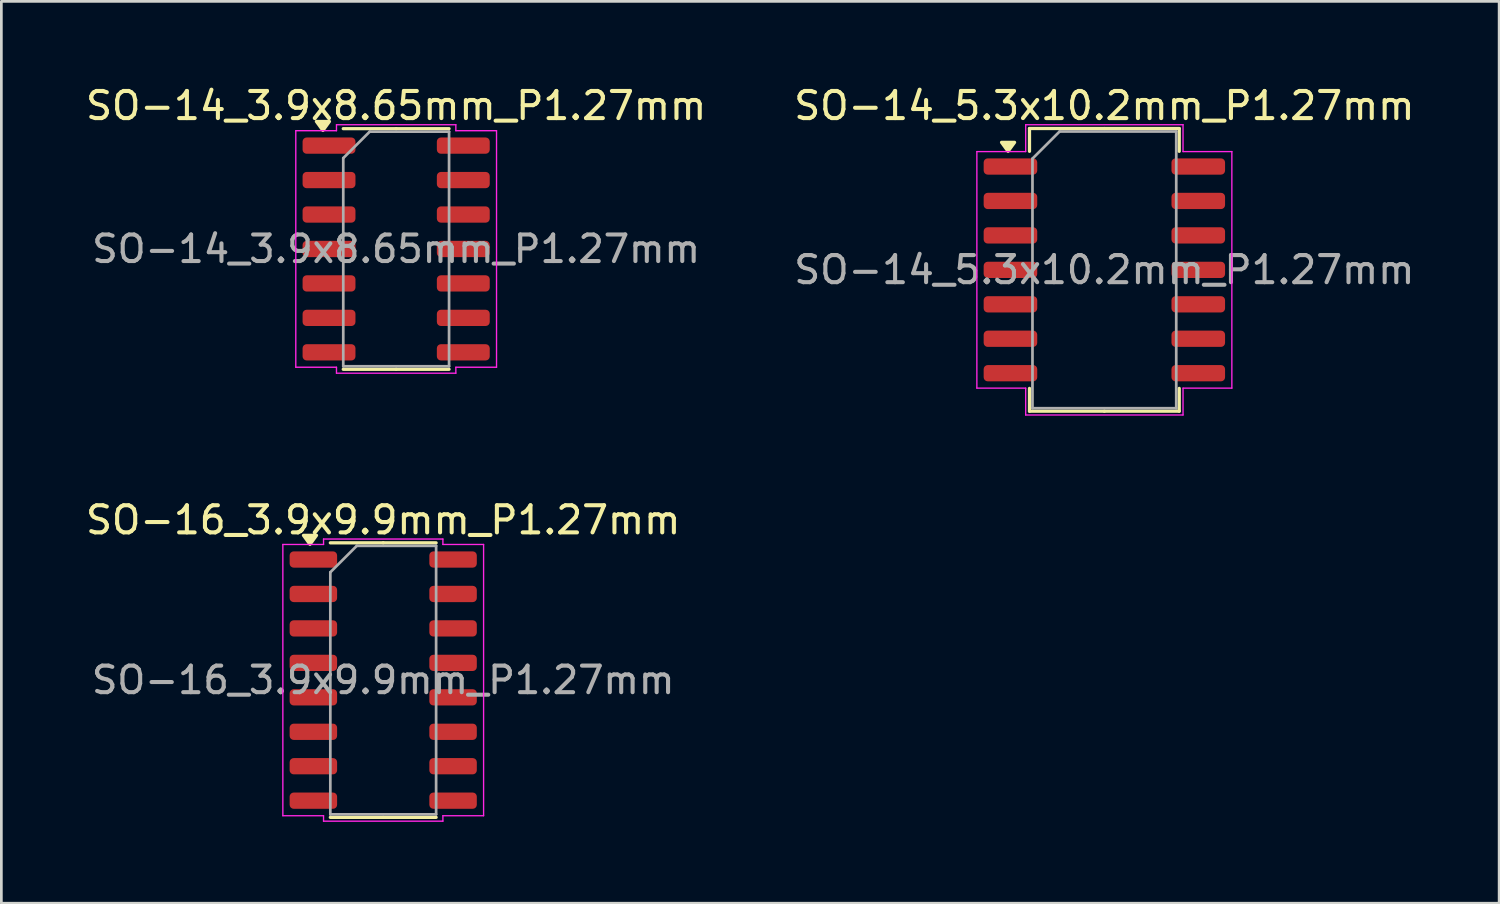
<source format=kicad_pcb>
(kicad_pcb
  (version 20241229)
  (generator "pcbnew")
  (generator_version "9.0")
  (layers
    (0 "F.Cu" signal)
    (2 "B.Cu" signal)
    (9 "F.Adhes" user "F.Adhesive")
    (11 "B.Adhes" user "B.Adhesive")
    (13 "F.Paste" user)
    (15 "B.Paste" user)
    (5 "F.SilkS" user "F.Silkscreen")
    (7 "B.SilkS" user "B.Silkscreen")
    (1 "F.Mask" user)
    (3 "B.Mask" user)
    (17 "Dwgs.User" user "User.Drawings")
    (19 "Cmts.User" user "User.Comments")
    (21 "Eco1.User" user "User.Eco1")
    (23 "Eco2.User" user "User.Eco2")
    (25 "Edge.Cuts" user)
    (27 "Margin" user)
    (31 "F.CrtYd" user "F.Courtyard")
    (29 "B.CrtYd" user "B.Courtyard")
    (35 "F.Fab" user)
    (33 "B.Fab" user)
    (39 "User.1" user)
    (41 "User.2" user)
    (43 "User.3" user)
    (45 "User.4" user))
  (footprint "SO-16_3.9x9.9mm_P1.27mm"
    (layer "F.Cu")
    (at 11.077 22.021)
    (property "Reference" "SO-16_3.9x9.9mm_P1.27mm" (at 0 -5.9 0) (layer "F.SilkS") (effects (font (size 1 1) (thickness 0.15))))
    (attr smd)
    (fp_line (start 0 -5.06) (end -1.95 -5.06) (stroke (width 0.12) (type solid)) (layer "F.SilkS"))
    (fp_line (start 0 -5.06) (end 1.95 -5.06) (stroke (width 0.12) (type solid)) (layer "F.SilkS"))
    (fp_line (start 0 5.06) (end -1.95 5.06) (stroke (width 0.12) (type solid)) (layer "F.SilkS"))
    (fp_line (start 0 5.06) (end 1.95 5.06) (stroke (width 0.12) (type solid)) (layer "F.SilkS"))
    (fp_poly (pts (xy -2.7 -5.005) (xy -2.94 -5.335) (xy -2.46 -5.335)) (stroke (width 0.12) (type solid)) (fill yes) (layer "F.SilkS"))
    (fp_line (start -3.7 -5) (end -2.2 -5) (stroke (width 0.05) (type solid)) (layer "F.CrtYd"))
    (fp_line (start -3.7 5) (end -3.7 -5) (stroke (width 0.05) (type solid)) (layer "F.CrtYd"))
    (fp_line (start -2.2 -5.2) (end 2.2 -5.2) (stroke (width 0.05) (type solid)) (layer "F.CrtYd"))
    (fp_line (start -2.2 -5) (end -2.2 -5.2) (stroke (width 0.05) (type solid)) (layer "F.CrtYd"))
    (fp_line (start -2.2 5) (end -3.7 5) (stroke (width 0.05) (type solid)) (layer "F.CrtYd"))
    (fp_line (start -2.2 5.2) (end -2.2 5) (stroke (width 0.05) (type solid)) (layer "F.CrtYd"))
    (fp_line (start 2.2 -5.2) (end 2.2 -5) (stroke (width 0.05) (type solid)) (layer "F.CrtYd"))
    (fp_line (start 2.2 -5) (end 3.7 -5) (stroke (width 0.05) (type solid)) (layer "F.CrtYd"))
    (fp_line (start 2.2 5) (end 2.2 5.2) (stroke (width 0.05) (type solid)) (layer "F.CrtYd"))
    (fp_line (start 2.2 5.2) (end -2.2 5.2) (stroke (width 0.05) (type solid)) (layer "F.CrtYd"))
    (fp_line (start 3.7 -5) (end 3.7 5) (stroke (width 0.05) (type solid)) (layer "F.CrtYd"))
    (fp_line (start 3.7 5) (end 2.2 5) (stroke (width 0.05) (type solid)) (layer "F.CrtYd"))
    (fp_line (start -1.95 -3.975) (end -0.975 -4.95) (stroke (width 0.1) (type solid)) (layer "F.Fab"))
    (fp_line (start -1.95 4.95) (end -1.95 -3.975) (stroke (width 0.1) (type solid)) (layer "F.Fab"))
    (fp_line (start -0.975 -4.95) (end 1.95 -4.95) (stroke (width 0.1) (type solid)) (layer "F.Fab"))
    (fp_line (start 1.95 -4.95) (end 1.95 4.95) (stroke (width 0.1) (type solid)) (layer "F.Fab"))
    (fp_line (start 1.95 4.95) (end -1.95 4.95) (stroke (width 0.1) (type solid)) (layer "F.Fab"))
    (fp_text user "${REFERENCE}" (at 0 0 0) (layer "F.Fab") (effects (font (size 0.98 0.98) (thickness 0.15))))
    (pad "1" smd roundrect (at -2.575 -4.445) (size 1.75 0.6) (layers "F.Cu" "F.Mask" "F.Paste") (roundrect_rratio 0.25))
    (pad "2" smd roundrect (at -2.575 -3.175) (size 1.75 0.6) (layers "F.Cu" "F.Mask" "F.Paste") (roundrect_rratio 0.25))
    (pad "3" smd roundrect (at -2.575 -1.905) (size 1.75 0.6) (layers "F.Cu" "F.Mask" "F.Paste") (roundrect_rratio 0.25))
    (pad "4" smd roundrect (at -2.575 -0.635) (size 1.75 0.6) (layers "F.Cu" "F.Mask" "F.Paste") (roundrect_rratio 0.25))
    (pad "5" smd roundrect (at -2.575 0.635) (size 1.75 0.6) (layers "F.Cu" "F.Mask" "F.Paste") (roundrect_rratio 0.25))
    (pad "6" smd roundrect (at -2.575 1.905) (size 1.75 0.6) (layers "F.Cu" "F.Mask" "F.Paste") (roundrect_rratio 0.25))
    (pad "7" smd roundrect (at -2.575 3.175) (size 1.75 0.6) (layers "F.Cu" "F.Mask" "F.Paste") (roundrect_rratio 0.25))
    (pad "8" smd roundrect (at -2.575 4.445) (size 1.75 0.6) (layers "F.Cu" "F.Mask" "F.Paste") (roundrect_rratio 0.25))
    (pad "9" smd roundrect (at 2.575 4.445) (size 1.75 0.6) (layers "F.Cu" "F.Mask" "F.Paste") (roundrect_rratio 0.25))
    (pad "10" smd roundrect (at 2.575 3.175) (size 1.75 0.6) (layers "F.Cu" "F.Mask" "F.Paste") (roundrect_rratio 0.25))
    (pad "11" smd roundrect (at 2.575 1.905) (size 1.75 0.6) (layers "F.Cu" "F.Mask" "F.Paste") (roundrect_rratio 0.25))
    (pad "12" smd roundrect (at 2.575 0.635) (size 1.75 0.6) (layers "F.Cu" "F.Mask" "F.Paste") (roundrect_rratio 0.25))
    (pad "13" smd roundrect (at 2.575 -0.635) (size 1.75 0.6) (layers "F.Cu" "F.Mask" "F.Paste") (roundrect_rratio 0.25))
    (pad "14" smd roundrect (at 2.575 -1.905) (size 1.75 0.6) (layers "F.Cu" "F.Mask" "F.Paste") (roundrect_rratio 0.25))
    (pad "15" smd roundrect (at 2.575 -3.175) (size 1.75 0.6) (layers "F.Cu" "F.Mask" "F.Paste") (roundrect_rratio 0.25))
    (pad "16" smd roundrect (at 2.575 -4.445) (size 1.75 0.6) (layers "F.Cu" "F.Mask" "F.Paste") (roundrect_rratio 0.25)))
  (footprint "SO-14_5.3x10.2mm_P1.27mm"
    (layer "F.Cu")
    (at 37.661 6.898)
    (property "Reference" "SO-14_5.3x10.2mm_P1.27mm" (at 0 -6.05 0) (layer "F.SilkS") (effects (font (size 1 1) (thickness 0.15))))
    (attr smd)
    (fp_line (start -2.76 -5.21) (end -2.76 -4.37) (stroke (width 0.12) (type solid)) (layer "F.SilkS"))
    (fp_line (start -2.76 5.21) (end -2.76 4.37) (stroke (width 0.12) (type solid)) (layer "F.SilkS"))
    (fp_line (start 0 -5.21) (end -2.76 -5.21) (stroke (width 0.12) (type solid)) (layer "F.SilkS"))
    (fp_line (start 0 -5.21) (end 2.76 -5.21) (stroke (width 0.12) (type solid)) (layer "F.SilkS"))
    (fp_line (start 0 5.21) (end -2.76 5.21) (stroke (width 0.12) (type solid)) (layer "F.SilkS"))
    (fp_line (start 0 5.21) (end 2.76 5.21) (stroke (width 0.12) (type solid)) (layer "F.SilkS"))
    (fp_line (start 2.76 -5.21) (end 2.76 -4.37) (stroke (width 0.12) (type solid)) (layer "F.SilkS"))
    (fp_line (start 2.76 5.21) (end 2.76 4.37) (stroke (width 0.12) (type solid)) (layer "F.SilkS"))
    (fp_poly (pts (xy -3.55 -4.37) (xy -3.79 -4.7) (xy -3.31 -4.7)) (stroke (width 0.12) (type solid)) (fill yes) (layer "F.SilkS"))
    (fp_line (start -4.7 -4.36) (end -2.9 -4.36) (stroke (width 0.05) (type solid)) (layer "F.CrtYd"))
    (fp_line (start -4.7 4.36) (end -4.7 -4.36) (stroke (width 0.05) (type solid)) (layer "F.CrtYd"))
    (fp_line (start -2.9 -5.35) (end 2.9 -5.35) (stroke (width 0.05) (type solid)) (layer "F.CrtYd"))
    (fp_line (start -2.9 -4.36) (end -2.9 -5.35) (stroke (width 0.05) (type solid)) (layer "F.CrtYd"))
    (fp_line (start -2.9 4.36) (end -4.7 4.36) (stroke (width 0.05) (type solid)) (layer "F.CrtYd"))
    (fp_line (start -2.9 5.35) (end -2.9 4.36) (stroke (width 0.05) (type solid)) (layer "F.CrtYd"))
    (fp_line (start 2.9 -5.35) (end 2.9 -4.36) (stroke (width 0.05) (type solid)) (layer "F.CrtYd"))
    (fp_line (start 2.9 -4.36) (end 4.7 -4.36) (stroke (width 0.05) (type solid)) (layer "F.CrtYd"))
    (fp_line (start 2.9 4.36) (end 2.9 5.35) (stroke (width 0.05) (type solid)) (layer "F.CrtYd"))
    (fp_line (start 2.9 5.35) (end -2.9 5.35) (stroke (width 0.05) (type solid)) (layer "F.CrtYd"))
    (fp_line (start 4.7 -4.36) (end 4.7 4.36) (stroke (width 0.05) (type solid)) (layer "F.CrtYd"))
    (fp_line (start 4.7 4.36) (end 2.9 4.36) (stroke (width 0.05) (type solid)) (layer "F.CrtYd"))
    (fp_line (start -2.65 -4.1) (end -1.65 -5.1) (stroke (width 0.1) (type solid)) (layer "F.Fab"))
    (fp_line (start -2.65 5.1) (end -2.65 -4.1) (stroke (width 0.1) (type solid)) (layer "F.Fab"))
    (fp_line (start -1.65 -5.1) (end 2.65 -5.1) (stroke (width 0.1) (type solid)) (layer "F.Fab"))
    (fp_line (start 2.65 -5.1) (end 2.65 5.1) (stroke (width 0.1) (type solid)) (layer "F.Fab"))
    (fp_line (start 2.65 5.1) (end -2.65 5.1) (stroke (width 0.1) (type solid)) (layer "F.Fab"))
    (fp_text user "${REFERENCE}" (at 0 0 0) (layer "F.Fab") (effects (font (size 1 1) (thickness 0.15))))
    (pad "1" smd roundrect (at -3.462 -3.81) (size 1.975 0.6) (layers "F.Cu" "F.Mask" "F.Paste") (roundrect_rratio 0.25))
    (pad "2" smd roundrect (at -3.462 -2.54) (size 1.975 0.6) (layers "F.Cu" "F.Mask" "F.Paste") (roundrect_rratio 0.25))
    (pad "3" smd roundrect (at -3.462 -1.27) (size 1.975 0.6) (layers "F.Cu" "F.Mask" "F.Paste") (roundrect_rratio 0.25))
    (pad "4" smd roundrect (at -3.462 0) (size 1.975 0.6) (layers "F.Cu" "F.Mask" "F.Paste") (roundrect_rratio 0.25))
    (pad "5" smd roundrect (at -3.462 1.27) (size 1.975 0.6) (layers "F.Cu" "F.Mask" "F.Paste") (roundrect_rratio 0.25))
    (pad "6" smd roundrect (at -3.462 2.54) (size 1.975 0.6) (layers "F.Cu" "F.Mask" "F.Paste") (roundrect_rratio 0.25))
    (pad "7" smd roundrect (at -3.462 3.81) (size 1.975 0.6) (layers "F.Cu" "F.Mask" "F.Paste") (roundrect_rratio 0.25))
    (pad "8" smd roundrect (at 3.462 3.81) (size 1.975 0.6) (layers "F.Cu" "F.Mask" "F.Paste") (roundrect_rratio 0.25))
    (pad "9" smd roundrect (at 3.462 2.54) (size 1.975 0.6) (layers "F.Cu" "F.Mask" "F.Paste") (roundrect_rratio 0.25))
    (pad "10" smd roundrect (at 3.462 1.27) (size 1.975 0.6) (layers "F.Cu" "F.Mask" "F.Paste") (roundrect_rratio 0.25))
    (pad "11" smd roundrect (at 3.462 0) (size 1.975 0.6) (layers "F.Cu" "F.Mask" "F.Paste") (roundrect_rratio 0.25))
    (pad "12" smd roundrect (at 3.462 -1.27) (size 1.975 0.6) (layers "F.Cu" "F.Mask" "F.Paste") (roundrect_rratio 0.25))
    (pad "13" smd roundrect (at 3.462 -2.54) (size 1.975 0.6) (layers "F.Cu" "F.Mask" "F.Paste") (roundrect_rratio 0.25))
    (pad "14" smd roundrect (at 3.462 -3.81) (size 1.975 0.6) (layers "F.Cu" "F.Mask" "F.Paste") (roundrect_rratio 0.25)))
  (footprint "SO-14_3.9x8.65mm_P1.27mm"
    (layer "F.Cu")
    (at 11.554 6.128)
    (property "Reference" "SO-14_3.9x8.65mm_P1.27mm" (at 0 -5.28 0) (layer "F.SilkS") (effects (font (size 1 1) (thickness 0.15))))
    (attr smd)
    (fp_line (start 0 -4.435) (end -1.95 -4.435) (stroke (width 0.12) (type solid)) (layer "F.SilkS"))
    (fp_line (start 0 -4.435) (end 1.95 -4.435) (stroke (width 0.12) (type solid)) (layer "F.SilkS"))
    (fp_line (start 0 4.435) (end -1.95 4.435) (stroke (width 0.12) (type solid)) (layer "F.SilkS"))
    (fp_line (start 0 4.435) (end 1.95 4.435) (stroke (width 0.12) (type solid)) (layer "F.SilkS"))
    (fp_poly (pts (xy -2.7 -4.37) (xy -2.94 -4.7) (xy -2.46 -4.7)) (stroke (width 0.12) (type solid)) (fill yes) (layer "F.SilkS"))
    (fp_line (start -3.7 -4.36) (end -2.2 -4.36) (stroke (width 0.05) (type solid)) (layer "F.CrtYd"))
    (fp_line (start -3.7 4.36) (end -3.7 -4.36) (stroke (width 0.05) (type solid)) (layer "F.CrtYd"))
    (fp_line (start -2.2 -4.58) (end 2.2 -4.58) (stroke (width 0.05) (type solid)) (layer "F.CrtYd"))
    (fp_line (start -2.2 -4.36) (end -2.2 -4.58) (stroke (width 0.05) (type solid)) (layer "F.CrtYd"))
    (fp_line (start -2.2 4.36) (end -3.7 4.36) (stroke (width 0.05) (type solid)) (layer "F.CrtYd"))
    (fp_line (start -2.2 4.58) (end -2.2 4.36) (stroke (width 0.05) (type solid)) (layer "F.CrtYd"))
    (fp_line (start 2.2 -4.58) (end 2.2 -4.36) (stroke (width 0.05) (type solid)) (layer "F.CrtYd"))
    (fp_line (start 2.2 -4.36) (end 3.7 -4.36) (stroke (width 0.05) (type solid)) (layer "F.CrtYd"))
    (fp_line (start 2.2 4.36) (end 2.2 4.58) (stroke (width 0.05) (type solid)) (layer "F.CrtYd"))
    (fp_line (start 2.2 4.58) (end -2.2 4.58) (stroke (width 0.05) (type solid)) (layer "F.CrtYd"))
    (fp_line (start 3.7 -4.36) (end 3.7 4.36) (stroke (width 0.05) (type solid)) (layer "F.CrtYd"))
    (fp_line (start 3.7 4.36) (end 2.2 4.36) (stroke (width 0.05) (type solid)) (layer "F.CrtYd"))
    (fp_line (start -1.95 -3.35) (end -0.975 -4.325) (stroke (width 0.1) (type solid)) (layer "F.Fab"))
    (fp_line (start -1.95 4.325) (end -1.95 -3.35) (stroke (width 0.1) (type solid)) (layer "F.Fab"))
    (fp_line (start -0.975 -4.325) (end 1.95 -4.325) (stroke (width 0.1) (type solid)) (layer "F.Fab"))
    (fp_line (start 1.95 -4.325) (end 1.95 4.325) (stroke (width 0.1) (type solid)) (layer "F.Fab"))
    (fp_line (start 1.95 4.325) (end -1.95 4.325) (stroke (width 0.1) (type solid)) (layer "F.Fab"))
    (fp_text user "${REFERENCE}" (at 0 0 0) (layer "F.Fab") (effects (font (size 0.98 0.98) (thickness 0.15))))
    (pad "1" smd roundrect (at -2.475 -3.81) (size 1.95 0.6) (layers "F.Cu" "F.Mask" "F.Paste") (roundrect_rratio 0.25))
    (pad "2" smd roundrect (at -2.475 -2.54) (size 1.95 0.6) (layers "F.Cu" "F.Mask" "F.Paste") (roundrect_rratio 0.25))
    (pad "3" smd roundrect (at -2.475 -1.27) (size 1.95 0.6) (layers "F.Cu" "F.Mask" "F.Paste") (roundrect_rratio 0.25))
    (pad "4" smd roundrect (at -2.475 0) (size 1.95 0.6) (layers "F.Cu" "F.Mask" "F.Paste") (roundrect_rratio 0.25))
    (pad "5" smd roundrect (at -2.475 1.27) (size 1.95 0.6) (layers "F.Cu" "F.Mask" "F.Paste") (roundrect_rratio 0.25))
    (pad "6" smd roundrect (at -2.475 2.54) (size 1.95 0.6) (layers "F.Cu" "F.Mask" "F.Paste") (roundrect_rratio 0.25))
    (pad "7" smd roundrect (at -2.475 3.81) (size 1.95 0.6) (layers "F.Cu" "F.Mask" "F.Paste") (roundrect_rratio 0.25))
    (pad "8" smd roundrect (at 2.475 3.81) (size 1.95 0.6) (layers "F.Cu" "F.Mask" "F.Paste") (roundrect_rratio 0.25))
    (pad "9" smd roundrect (at 2.475 2.54) (size 1.95 0.6) (layers "F.Cu" "F.Mask" "F.Paste") (roundrect_rratio 0.25))
    (pad "10" smd roundrect (at 2.475 1.27) (size 1.95 0.6) (layers "F.Cu" "F.Mask" "F.Paste") (roundrect_rratio 0.25))
    (pad "11" smd roundrect (at 2.475 0) (size 1.95 0.6) (layers "F.Cu" "F.Mask" "F.Paste") (roundrect_rratio 0.25))
    (pad "12" smd roundrect (at 2.475 -1.27) (size 1.95 0.6) (layers "F.Cu" "F.Mask" "F.Paste") (roundrect_rratio 0.25))
    (pad "13" smd roundrect (at 2.475 -2.54) (size 1.95 0.6) (layers "F.Cu" "F.Mask" "F.Paste") (roundrect_rratio 0.25))
    (pad "14" smd roundrect (at 2.475 -3.81) (size 1.95 0.6) (layers "F.Cu" "F.Mask" "F.Paste") (roundrect_rratio 0.25)))
  (gr_rect
    (start -3 -3)
    (end 52.214 30.247)
    (stroke (width 0.1) (type default))
    (fill no)
    (layer "Edge.Cuts")))
</source>
